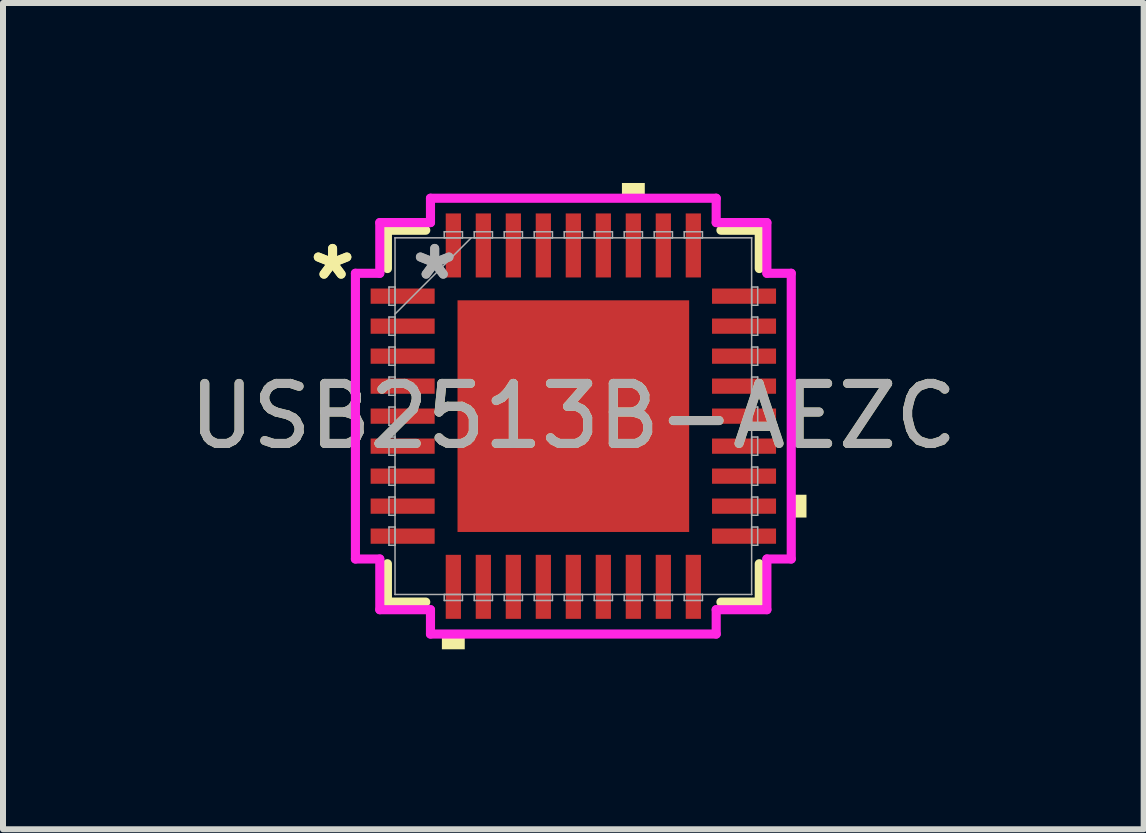
<source format=kicad_pcb>
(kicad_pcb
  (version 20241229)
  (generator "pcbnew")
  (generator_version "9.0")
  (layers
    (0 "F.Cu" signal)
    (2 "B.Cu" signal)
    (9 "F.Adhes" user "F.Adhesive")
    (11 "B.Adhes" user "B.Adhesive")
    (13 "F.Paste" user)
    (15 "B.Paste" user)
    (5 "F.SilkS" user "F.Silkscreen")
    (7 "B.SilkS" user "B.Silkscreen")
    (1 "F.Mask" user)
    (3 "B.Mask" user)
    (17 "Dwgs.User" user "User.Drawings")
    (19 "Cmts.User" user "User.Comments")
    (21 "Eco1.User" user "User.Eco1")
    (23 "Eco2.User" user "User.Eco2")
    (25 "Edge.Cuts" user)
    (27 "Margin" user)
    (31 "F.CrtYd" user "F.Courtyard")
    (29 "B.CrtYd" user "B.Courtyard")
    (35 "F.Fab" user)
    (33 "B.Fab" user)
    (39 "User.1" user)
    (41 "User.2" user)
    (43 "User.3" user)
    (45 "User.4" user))
  (footprint "USB2513B-AEZC"
    (layer "F.Cu")
    (at 6.506 3.886)
    (property "Reference" "USB2513B-AEZC" (at 0 0 0) (unlocked yes) (layer "F.SilkS") (effects (font (size 1 1) (thickness 0.15))))
    (attr smd)
    (fp_line (start -3.099 -3.099) (end -3.099 -2.46) (stroke (width 0.152) (type solid)) (layer "F.SilkS"))
    (fp_line (start -3.099 2.46) (end -3.099 3.099) (stroke (width 0.152) (type solid)) (layer "F.SilkS"))
    (fp_line (start -3.099 3.099) (end -2.46 3.099) (stroke (width 0.152) (type solid)) (layer "F.SilkS"))
    (fp_line (start -2.46 -3.099) (end -3.099 -3.099) (stroke (width 0.152) (type solid)) (layer "F.SilkS"))
    (fp_line (start 2.46 3.099) (end 3.099 3.099) (stroke (width 0.152) (type solid)) (layer "F.SilkS"))
    (fp_line (start 3.099 -3.099) (end 2.46 -3.099) (stroke (width 0.152) (type solid)) (layer "F.SilkS"))
    (fp_line (start 3.099 -2.46) (end 3.099 -3.099) (stroke (width 0.152) (type solid)) (layer "F.SilkS"))
    (fp_line (start 3.099 3.099) (end 3.099 2.46) (stroke (width 0.152) (type solid)) (layer "F.SilkS"))
    (fp_poly (pts (xy -2.191 3.632) (xy -2.191 3.886) (xy -1.81 3.886) (xy -1.81 3.632)) (stroke (width 0) (type solid)) (fill yes) (layer "F.SilkS"))
    (fp_poly (pts (xy 0.81 -3.632) (xy 0.81 -3.886) (xy 1.191 -3.886) (xy 1.191 -3.632)) (stroke (width 0) (type solid)) (fill yes) (layer "F.SilkS"))
    (fp_poly (pts (xy 3.886 1.31) (xy 3.886 1.69) (xy 3.632 1.69) (xy 3.632 1.31)) (stroke (width 0) (type solid)) (fill yes) (layer "F.SilkS"))
    (fp_poly (pts (xy -1.83 -1.83) (xy -1.83 -0.743) (xy -0.743 -0.743) (xy -0.743 -1.83)) (stroke (width 0) (type solid)) (fill yes) (layer "F.Paste"))
    (fp_poly (pts (xy -1.83 -0.543) (xy -1.83 0.543) (xy -0.743 0.543) (xy -0.743 -0.543)) (stroke (width 0) (type solid)) (fill yes) (layer "F.Paste"))
    (fp_poly (pts (xy -1.83 0.743) (xy -1.83 1.83) (xy -0.743 1.83) (xy -0.743 0.743)) (stroke (width 0) (type solid)) (fill yes) (layer "F.Paste"))
    (fp_poly (pts (xy -0.543 -1.83) (xy -0.543 -0.743) (xy 0.543 -0.743) (xy 0.543 -1.83)) (stroke (width 0) (type solid)) (fill yes) (layer "F.Paste"))
    (fp_poly (pts (xy -0.543 -0.543) (xy -0.543 0.543) (xy 0.543 0.543) (xy 0.543 -0.543)) (stroke (width 0) (type solid)) (fill yes) (layer "F.Paste"))
    (fp_poly (pts (xy -0.543 0.743) (xy -0.543 1.83) (xy 0.543 1.83) (xy 0.543 0.743)) (stroke (width 0) (type solid)) (fill yes) (layer "F.Paste"))
    (fp_poly (pts (xy 0.743 -1.83) (xy 0.743 -0.743) (xy 1.83 -0.743) (xy 1.83 -1.83)) (stroke (width 0) (type solid)) (fill yes) (layer "F.Paste"))
    (fp_poly (pts (xy 0.743 -0.543) (xy 0.743 0.543) (xy 1.83 0.543) (xy 1.83 -0.543)) (stroke (width 0) (type solid)) (fill yes) (layer "F.Paste"))
    (fp_poly (pts (xy 0.743 0.743) (xy 0.743 1.83) (xy 1.83 1.83) (xy 1.83 0.743)) (stroke (width 0) (type solid)) (fill yes) (layer "F.Paste"))
    (fp_line (start -3.632 -2.381) (end -3.226 -2.381) (stroke (width 0.152) (type solid)) (layer "F.CrtYd"))
    (fp_line (start -3.632 2.381) (end -3.632 -2.381) (stroke (width 0.152) (type solid)) (layer "F.CrtYd"))
    (fp_line (start -3.226 -3.226) (end -2.381 -3.226) (stroke (width 0.152) (type solid)) (layer "F.CrtYd"))
    (fp_line (start -3.226 -2.381) (end -3.226 -3.226) (stroke (width 0.152) (type solid)) (layer "F.CrtYd"))
    (fp_line (start -3.226 2.381) (end -3.632 2.381) (stroke (width 0.152) (type solid)) (layer "F.CrtYd"))
    (fp_line (start -3.226 3.226) (end -3.226 2.381) (stroke (width 0.152) (type solid)) (layer "F.CrtYd"))
    (fp_line (start -2.381 -3.632) (end 2.381 -3.632) (stroke (width 0.152) (type solid)) (layer "F.CrtYd"))
    (fp_line (start -2.381 -3.226) (end -2.381 -3.632) (stroke (width 0.152) (type solid)) (layer "F.CrtYd"))
    (fp_line (start -2.381 3.226) (end -3.226 3.226) (stroke (width 0.152) (type solid)) (layer "F.CrtYd"))
    (fp_line (start -2.381 3.632) (end -2.381 3.226) (stroke (width 0.152) (type solid)) (layer "F.CrtYd"))
    (fp_line (start 2.381 -3.632) (end 2.381 -3.226) (stroke (width 0.152) (type solid)) (layer "F.CrtYd"))
    (fp_line (start 2.381 -3.226) (end 3.226 -3.226) (stroke (width 0.152) (type solid)) (layer "F.CrtYd"))
    (fp_line (start 2.381 3.226) (end 2.381 3.632) (stroke (width 0.152) (type solid)) (layer "F.CrtYd"))
    (fp_line (start 2.381 3.632) (end -2.381 3.632) (stroke (width 0.152) (type solid)) (layer "F.CrtYd"))
    (fp_line (start 3.226 -3.226) (end 3.226 -2.381) (stroke (width 0.152) (type solid)) (layer "F.CrtYd"))
    (fp_line (start 3.226 -2.381) (end 3.632 -2.381) (stroke (width 0.152) (type solid)) (layer "F.CrtYd"))
    (fp_line (start 3.226 2.381) (end 3.226 3.226) (stroke (width 0.152) (type solid)) (layer "F.CrtYd"))
    (fp_line (start 3.226 3.226) (end 2.381 3.226) (stroke (width 0.152) (type solid)) (layer "F.CrtYd"))
    (fp_line (start 3.632 -2.381) (end 3.632 2.381) (stroke (width 0.152) (type solid)) (layer "F.CrtYd"))
    (fp_line (start 3.632 2.381) (end 3.226 2.381) (stroke (width 0.152) (type solid)) (layer "F.CrtYd"))
    (fp_line (start -3.073 -2.152) (end -3.073 -1.848) (stroke (width 0.025) (type solid)) (layer "F.Fab"))
    (fp_line (start -3.073 -1.848) (end -2.972 -1.848) (stroke (width 0.025) (type solid)) (layer "F.Fab"))
    (fp_line (start -3.073 -1.652) (end -3.073 -1.348) (stroke (width 0.025) (type solid)) (layer "F.Fab"))
    (fp_line (start -3.073 -1.348) (end -2.972 -1.348) (stroke (width 0.025) (type solid)) (layer "F.Fab"))
    (fp_line (start -3.073 -1.152) (end -3.073 -0.848) (stroke (width 0.025) (type solid)) (layer "F.Fab"))
    (fp_line (start -3.073 -0.848) (end -2.972 -0.848) (stroke (width 0.025) (type solid)) (layer "F.Fab"))
    (fp_line (start -3.073 -0.652) (end -3.073 -0.348) (stroke (width 0.025) (type solid)) (layer "F.Fab"))
    (fp_line (start -3.073 -0.348) (end -2.972 -0.348) (stroke (width 0.025) (type solid)) (layer "F.Fab"))
    (fp_line (start -3.073 -0.152) (end -3.073 0.152) (stroke (width 0.025) (type solid)) (layer "F.Fab"))
    (fp_line (start -3.073 0.152) (end -2.972 0.152) (stroke (width 0.025) (type solid)) (layer "F.Fab"))
    (fp_line (start -3.073 0.348) (end -3.073 0.652) (stroke (width 0.025) (type solid)) (layer "F.Fab"))
    (fp_line (start -3.073 0.652) (end -2.972 0.652) (stroke (width 0.025) (type solid)) (layer "F.Fab"))
    (fp_line (start -3.073 0.848) (end -3.073 1.152) (stroke (width 0.025) (type solid)) (layer "F.Fab"))
    (fp_line (start -3.073 1.152) (end -2.972 1.152) (stroke (width 0.025) (type solid)) (layer "F.Fab"))
    (fp_line (start -3.073 1.348) (end -3.073 1.652) (stroke (width 0.025) (type solid)) (layer "F.Fab"))
    (fp_line (start -3.073 1.652) (end -2.972 1.652) (stroke (width 0.025) (type solid)) (layer "F.Fab"))
    (fp_line (start -3.073 1.848) (end -3.073 2.152) (stroke (width 0.025) (type solid)) (layer "F.Fab"))
    (fp_line (start -3.073 2.152) (end -2.972 2.152) (stroke (width 0.025) (type solid)) (layer "F.Fab"))
    (fp_line (start -2.972 -2.972) (end -2.972 -2.972) (stroke (width 0.025) (type solid)) (layer "F.Fab"))
    (fp_line (start -2.972 -2.972) (end -2.972 2.972) (stroke (width 0.025) (type solid)) (layer "F.Fab"))
    (fp_line (start -2.972 -2.152) (end -3.073 -2.152) (stroke (width 0.025) (type solid)) (layer "F.Fab"))
    (fp_line (start -2.972 -1.848) (end -2.972 -2.152) (stroke (width 0.025) (type solid)) (layer "F.Fab"))
    (fp_line (start -2.972 -1.702) (end -1.702 -2.972) (stroke (width 0.025) (type solid)) (layer "F.Fab"))
    (fp_line (start -2.972 -1.652) (end -3.073 -1.652) (stroke (width 0.025) (type solid)) (layer "F.Fab"))
    (fp_line (start -2.972 -1.348) (end -2.972 -1.652) (stroke (width 0.025) (type solid)) (layer "F.Fab"))
    (fp_line (start -2.972 -1.152) (end -3.073 -1.152) (stroke (width 0.025) (type solid)) (layer "F.Fab"))
    (fp_line (start -2.972 -0.848) (end -2.972 -1.152) (stroke (width 0.025) (type solid)) (layer "F.Fab"))
    (fp_line (start -2.972 -0.652) (end -3.073 -0.652) (stroke (width 0.025) (type solid)) (layer "F.Fab"))
    (fp_line (start -2.972 -0.348) (end -2.972 -0.652) (stroke (width 0.025) (type solid)) (layer "F.Fab"))
    (fp_line (start -2.972 -0.152) (end -3.073 -0.152) (stroke (width 0.025) (type solid)) (layer "F.Fab"))
    (fp_line (start -2.972 0.152) (end -2.972 -0.152) (stroke (width 0.025) (type solid)) (layer "F.Fab"))
    (fp_line (start -2.972 0.348) (end -3.073 0.348) (stroke (width 0.025) (type solid)) (layer "F.Fab"))
    (fp_line (start -2.972 0.652) (end -2.972 0.348) (stroke (width 0.025) (type solid)) (layer "F.Fab"))
    (fp_line (start -2.972 0.848) (end -3.073 0.848) (stroke (width 0.025) (type solid)) (layer "F.Fab"))
    (fp_line (start -2.972 1.152) (end -2.972 0.848) (stroke (width 0.025) (type solid)) (layer "F.Fab"))
    (fp_line (start -2.972 1.348) (end -3.073 1.348) (stroke (width 0.025) (type solid)) (layer "F.Fab"))
    (fp_line (start -2.972 1.652) (end -2.972 1.348) (stroke (width 0.025) (type solid)) (layer "F.Fab"))
    (fp_line (start -2.972 1.848) (end -3.073 1.848) (stroke (width 0.025) (type solid)) (layer "F.Fab"))
    (fp_line (start -2.972 2.152) (end -2.972 1.848) (stroke (width 0.025) (type solid)) (layer "F.Fab"))
    (fp_line (start -2.972 2.972) (end -2.972 2.972) (stroke (width 0.025) (type solid)) (layer "F.Fab"))
    (fp_line (start -2.972 2.972) (end 2.972 2.972) (stroke (width 0.025) (type solid)) (layer "F.Fab"))
    (fp_line (start -2.152 -3.073) (end -2.152 -2.972) (stroke (width 0.025) (type solid)) (layer "F.Fab"))
    (fp_line (start -2.152 -2.972) (end -1.848 -2.972) (stroke (width 0.025) (type solid)) (layer "F.Fab"))
    (fp_line (start -2.152 2.972) (end -2.152 3.073) (stroke (width 0.025) (type solid)) (layer "F.Fab"))
    (fp_line (start -2.152 3.073) (end -1.848 3.073) (stroke (width 0.025) (type solid)) (layer "F.Fab"))
    (fp_line (start -1.848 -3.073) (end -2.152 -3.073) (stroke (width 0.025) (type solid)) (layer "F.Fab"))
    (fp_line (start -1.848 -2.972) (end -1.848 -3.073) (stroke (width 0.025) (type solid)) (layer "F.Fab"))
    (fp_line (start -1.848 2.972) (end -2.152 2.972) (stroke (width 0.025) (type solid)) (layer "F.Fab"))
    (fp_line (start -1.848 3.073) (end -1.848 2.972) (stroke (width 0.025) (type solid)) (layer "F.Fab"))
    (fp_line (start -1.652 -3.073) (end -1.652 -2.972) (stroke (width 0.025) (type solid)) (layer "F.Fab"))
    (fp_line (start -1.652 -2.972) (end -1.348 -2.972) (stroke (width 0.025) (type solid)) (layer "F.Fab"))
    (fp_line (start -1.652 2.972) (end -1.652 3.073) (stroke (width 0.025) (type solid)) (layer "F.Fab"))
    (fp_line (start -1.652 3.073) (end -1.348 3.073) (stroke (width 0.025) (type solid)) (layer "F.Fab"))
    (fp_line (start -1.348 -3.073) (end -1.652 -3.073) (stroke (width 0.025) (type solid)) (layer "F.Fab"))
    (fp_line (start -1.348 -2.972) (end -1.348 -3.073) (stroke (width 0.025) (type solid)) (layer "F.Fab"))
    (fp_line (start -1.348 2.972) (end -1.652 2.972) (stroke (width 0.025) (type solid)) (layer "F.Fab"))
    (fp_line (start -1.348 3.073) (end -1.348 2.972) (stroke (width 0.025) (type solid)) (layer "F.Fab"))
    (fp_line (start -1.152 -3.073) (end -1.152 -2.972) (stroke (width 0.025) (type solid)) (layer "F.Fab"))
    (fp_line (start -1.152 -2.972) (end -0.848 -2.972) (stroke (width 0.025) (type solid)) (layer "F.Fab"))
    (fp_line (start -1.152 2.972) (end -1.152 3.073) (stroke (width 0.025) (type solid)) (layer "F.Fab"))
    (fp_line (start -1.152 3.073) (end -0.848 3.073) (stroke (width 0.025) (type solid)) (layer "F.Fab"))
    (fp_line (start -0.848 -3.073) (end -1.152 -3.073) (stroke (width 0.025) (type solid)) (layer "F.Fab"))
    (fp_line (start -0.848 -2.972) (end -0.848 -3.073) (stroke (width 0.025) (type solid)) (layer "F.Fab"))
    (fp_line (start -0.848 2.972) (end -1.152 2.972) (stroke (width 0.025) (type solid)) (layer "F.Fab"))
    (fp_line (start -0.848 3.073) (end -0.848 2.972) (stroke (width 0.025) (type solid)) (layer "F.Fab"))
    (fp_line (start -0.652 -3.073) (end -0.652 -2.972) (stroke (width 0.025) (type solid)) (layer "F.Fab"))
    (fp_line (start -0.652 -2.972) (end -0.348 -2.972) (stroke (width 0.025) (type solid)) (layer "F.Fab"))
    (fp_line (start -0.652 2.972) (end -0.652 3.073) (stroke (width 0.025) (type solid)) (layer "F.Fab"))
    (fp_line (start -0.652 3.073) (end -0.348 3.073) (stroke (width 0.025) (type solid)) (layer "F.Fab"))
    (fp_line (start -0.348 -3.073) (end -0.652 -3.073) (stroke (width 0.025) (type solid)) (layer "F.Fab"))
    (fp_line (start -0.348 -2.972) (end -0.348 -3.073) (stroke (width 0.025) (type solid)) (layer "F.Fab"))
    (fp_line (start -0.348 2.972) (end -0.652 2.972) (stroke (width 0.025) (type solid)) (layer "F.Fab"))
    (fp_line (start -0.348 3.073) (end -0.348 2.972) (stroke (width 0.025) (type solid)) (layer "F.Fab"))
    (fp_line (start -0.152 -3.073) (end -0.152 -2.972) (stroke (width 0.025) (type solid)) (layer "F.Fab"))
    (fp_line (start -0.152 -2.972) (end 0.152 -2.972) (stroke (width 0.025) (type solid)) (layer "F.Fab"))
    (fp_line (start -0.152 2.972) (end -0.152 3.073) (stroke (width 0.025) (type solid)) (layer "F.Fab"))
    (fp_line (start -0.152 3.073) (end 0.152 3.073) (stroke (width 0.025) (type solid)) (layer "F.Fab"))
    (fp_line (start 0.152 -3.073) (end -0.152 -3.073) (stroke (width 0.025) (type solid)) (layer "F.Fab"))
    (fp_line (start 0.152 -2.972) (end 0.152 -3.073) (stroke (width 0.025) (type solid)) (layer "F.Fab"))
    (fp_line (start 0.152 2.972) (end -0.152 2.972) (stroke (width 0.025) (type solid)) (layer "F.Fab"))
    (fp_line (start 0.152 3.073) (end 0.152 2.972) (stroke (width 0.025) (type solid)) (layer "F.Fab"))
    (fp_line (start 0.348 -3.073) (end 0.348 -2.972) (stroke (width 0.025) (type solid)) (layer "F.Fab"))
    (fp_line (start 0.348 -2.972) (end 0.652 -2.972) (stroke (width 0.025) (type solid)) (layer "F.Fab"))
    (fp_line (start 0.348 2.972) (end 0.348 3.073) (stroke (width 0.025) (type solid)) (layer "F.Fab"))
    (fp_line (start 0.348 3.073) (end 0.652 3.073) (stroke (width 0.025) (type solid)) (layer "F.Fab"))
    (fp_line (start 0.652 -3.073) (end 0.348 -3.073) (stroke (width 0.025) (type solid)) (layer "F.Fab"))
    (fp_line (start 0.652 -2.972) (end 0.652 -3.073) (stroke (width 0.025) (type solid)) (layer "F.Fab"))
    (fp_line (start 0.652 2.972) (end 0.348 2.972) (stroke (width 0.025) (type solid)) (layer "F.Fab"))
    (fp_line (start 0.652 3.073) (end 0.652 2.972) (stroke (width 0.025) (type solid)) (layer "F.Fab"))
    (fp_line (start 0.848 -3.073) (end 0.848 -2.972) (stroke (width 0.025) (type solid)) (layer "F.Fab"))
    (fp_line (start 0.848 -2.972) (end 1.152 -2.972) (stroke (width 0.025) (type solid)) (layer "F.Fab"))
    (fp_line (start 0.848 2.972) (end 0.848 3.073) (stroke (width 0.025) (type solid)) (layer "F.Fab"))
    (fp_line (start 0.848 3.073) (end 1.152 3.073) (stroke (width 0.025) (type solid)) (layer "F.Fab"))
    (fp_line (start 1.152 -3.073) (end 0.848 -3.073) (stroke (width 0.025) (type solid)) (layer "F.Fab"))
    (fp_line (start 1.152 -2.972) (end 1.152 -3.073) (stroke (width 0.025) (type solid)) (layer "F.Fab"))
    (fp_line (start 1.152 2.972) (end 0.848 2.972) (stroke (width 0.025) (type solid)) (layer "F.Fab"))
    (fp_line (start 1.152 3.073) (end 1.152 2.972) (stroke (width 0.025) (type solid)) (layer "F.Fab"))
    (fp_line (start 1.348 -3.073) (end 1.348 -2.972) (stroke (width 0.025) (type solid)) (layer "F.Fab"))
    (fp_line (start 1.348 -2.972) (end 1.652 -2.972) (stroke (width 0.025) (type solid)) (layer "F.Fab"))
    (fp_line (start 1.348 2.972) (end 1.348 3.073) (stroke (width 0.025) (type solid)) (layer "F.Fab"))
    (fp_line (start 1.348 3.073) (end 1.652 3.073) (stroke (width 0.025) (type solid)) (layer "F.Fab"))
    (fp_line (start 1.652 -3.073) (end 1.348 -3.073) (stroke (width 0.025) (type solid)) (layer "F.Fab"))
    (fp_line (start 1.652 -2.972) (end 1.652 -3.073) (stroke (width 0.025) (type solid)) (layer "F.Fab"))
    (fp_line (start 1.652 2.972) (end 1.348 2.972) (stroke (width 0.025) (type solid)) (layer "F.Fab"))
    (fp_line (start 1.652 3.073) (end 1.652 2.972) (stroke (width 0.025) (type solid)) (layer "F.Fab"))
    (fp_line (start 1.848 -3.073) (end 1.848 -2.972) (stroke (width 0.025) (type solid)) (layer "F.Fab"))
    (fp_line (start 1.848 -2.972) (end 2.152 -2.972) (stroke (width 0.025) (type solid)) (layer "F.Fab"))
    (fp_line (start 1.848 2.972) (end 1.848 3.073) (stroke (width 0.025) (type solid)) (layer "F.Fab"))
    (fp_line (start 1.848 3.073) (end 2.152 3.073) (stroke (width 0.025) (type solid)) (layer "F.Fab"))
    (fp_line (start 2.152 -3.073) (end 1.848 -3.073) (stroke (width 0.025) (type solid)) (layer "F.Fab"))
    (fp_line (start 2.152 -2.972) (end 2.152 -3.073) (stroke (width 0.025) (type solid)) (layer "F.Fab"))
    (fp_line (start 2.152 2.972) (end 1.848 2.972) (stroke (width 0.025) (type solid)) (layer "F.Fab"))
    (fp_line (start 2.152 3.073) (end 2.152 2.972) (stroke (width 0.025) (type solid)) (layer "F.Fab"))
    (fp_line (start 2.972 -2.972) (end -2.972 -2.972) (stroke (width 0.025) (type solid)) (layer "F.Fab"))
    (fp_line (start 2.972 -2.972) (end 2.972 -2.972) (stroke (width 0.025) (type solid)) (layer "F.Fab"))
    (fp_line (start 2.972 -2.152) (end 2.972 -1.848) (stroke (width 0.025) (type solid)) (layer "F.Fab"))
    (fp_line (start 2.972 -1.848) (end 3.073 -1.848) (stroke (width 0.025) (type solid)) (layer "F.Fab"))
    (fp_line (start 2.972 -1.652) (end 2.972 -1.348) (stroke (width 0.025) (type solid)) (layer "F.Fab"))
    (fp_line (start 2.972 -1.348) (end 3.073 -1.348) (stroke (width 0.025) (type solid)) (layer "F.Fab"))
    (fp_line (start 2.972 -1.152) (end 2.972 -0.848) (stroke (width 0.025) (type solid)) (layer "F.Fab"))
    (fp_line (start 2.972 -0.848) (end 3.073 -0.848) (stroke (width 0.025) (type solid)) (layer "F.Fab"))
    (fp_line (start 2.972 -0.652) (end 2.972 -0.348) (stroke (width 0.025) (type solid)) (layer "F.Fab"))
    (fp_line (start 2.972 -0.348) (end 3.073 -0.348) (stroke (width 0.025) (type solid)) (layer "F.Fab"))
    (fp_line (start 2.972 -0.152) (end 2.972 0.152) (stroke (width 0.025) (type solid)) (layer "F.Fab"))
    (fp_line (start 2.972 0.152) (end 3.073 0.152) (stroke (width 0.025) (type solid)) (layer "F.Fab"))
    (fp_line (start 2.972 0.348) (end 2.972 0.652) (stroke (width 0.025) (type solid)) (layer "F.Fab"))
    (fp_line (start 2.972 0.652) (end 3.073 0.652) (stroke (width 0.025) (type solid)) (layer "F.Fab"))
    (fp_line (start 2.972 0.848) (end 2.972 1.152) (stroke (width 0.025) (type solid)) (layer "F.Fab"))
    (fp_line (start 2.972 1.152) (end 3.073 1.152) (stroke (width 0.025) (type solid)) (layer "F.Fab"))
    (fp_line (start 2.972 1.348) (end 2.972 1.652) (stroke (width 0.025) (type solid)) (layer "F.Fab"))
    (fp_line (start 2.972 1.652) (end 3.073 1.652) (stroke (width 0.025) (type solid)) (layer "F.Fab"))
    (fp_line (start 2.972 1.848) (end 2.972 2.152) (stroke (width 0.025) (type solid)) (layer "F.Fab"))
    (fp_line (start 2.972 2.152) (end 3.073 2.152) (stroke (width 0.025) (type solid)) (layer "F.Fab"))
    (fp_line (start 2.972 2.972) (end 2.972 -2.972) (stroke (width 0.025) (type solid)) (layer "F.Fab"))
    (fp_line (start 2.972 2.972) (end 2.972 2.972) (stroke (width 0.025) (type solid)) (layer "F.Fab"))
    (fp_line (start 3.073 -2.152) (end 2.972 -2.152) (stroke (width 0.025) (type solid)) (layer "F.Fab"))
    (fp_line (start 3.073 -1.848) (end 3.073 -2.152) (stroke (width 0.025) (type solid)) (layer "F.Fab"))
    (fp_line (start 3.073 -1.652) (end 2.972 -1.652) (stroke (width 0.025) (type solid)) (layer "F.Fab"))
    (fp_line (start 3.073 -1.348) (end 3.073 -1.652) (stroke (width 0.025) (type solid)) (layer "F.Fab"))
    (fp_line (start 3.073 -1.152) (end 2.972 -1.152) (stroke (width 0.025) (type solid)) (layer "F.Fab"))
    (fp_line (start 3.073 -0.848) (end 3.073 -1.152) (stroke (width 0.025) (type solid)) (layer "F.Fab"))
    (fp_line (start 3.073 -0.652) (end 2.972 -0.652) (stroke (width 0.025) (type solid)) (layer "F.Fab"))
    (fp_line (start 3.073 -0.348) (end 3.073 -0.652) (stroke (width 0.025) (type solid)) (layer "F.Fab"))
    (fp_line (start 3.073 -0.152) (end 2.972 -0.152) (stroke (width 0.025) (type solid)) (layer "F.Fab"))
    (fp_line (start 3.073 0.152) (end 3.073 -0.152) (stroke (width 0.025) (type solid)) (layer "F.Fab"))
    (fp_line (start 3.073 0.348) (end 2.972 0.348) (stroke (width 0.025) (type solid)) (layer "F.Fab"))
    (fp_line (start 3.073 0.652) (end 3.073 0.348) (stroke (width 0.025) (type solid)) (layer "F.Fab"))
    (fp_line (start 3.073 0.848) (end 2.972 0.848) (stroke (width 0.025) (type solid)) (layer "F.Fab"))
    (fp_line (start 3.073 1.152) (end 3.073 0.848) (stroke (width 0.025) (type solid)) (layer "F.Fab"))
    (fp_line (start 3.073 1.348) (end 2.972 1.348) (stroke (width 0.025) (type solid)) (layer "F.Fab"))
    (fp_line (start 3.073 1.652) (end 3.073 1.348) (stroke (width 0.025) (type solid)) (layer "F.Fab"))
    (fp_line (start 3.073 1.848) (end 2.972 1.848) (stroke (width 0.025) (type solid)) (layer "F.Fab"))
    (fp_line (start 3.073 2.152) (end 3.073 1.848) (stroke (width 0.025) (type solid)) (layer "F.Fab"))
    (fp_text user "*" (at -4.013 -2.25 0) (unlocked yes) (layer "F.SilkS") (effects (font (size 1 1) (thickness 0.15))))
    (fp_text user "*" (at -4.013 -2.25 0) (layer "F.SilkS") (effects (font (size 1 1) (thickness 0.15))))
    (fp_text user "${REFERENCE}" (at 0 0 0) (unlocked yes) (layer "Eco1.User") (effects (font (size 1 1) (thickness 0.15))))
    (fp_text user "*" (at -2.311 -2.25 0) (layer "F.Fab") (effects (font (size 1 1) (thickness 0.15))))
    (fp_text user "*" (at -2.311 -2.25 0) (unlocked yes) (layer "F.Fab") (effects (font (size 1 1) (thickness 0.15))))
    (fp_text user "${REFERENCE}" (at 0 0 0) (unlocked yes) (layer "F.Fab") (effects (font (size 1 1) (thickness 0.15))))
    (pad "1" smd rect (at -2.845 -2 90) (size 0.254 1.067) (layers "F.Cu" "F.Mask" "F.Paste"))
    (pad "2" smd rect (at -2.845 -1.5 90) (size 0.254 1.067) (layers "F.Cu" "F.Mask" "F.Paste"))
    (pad "3" smd rect (at -2.845 -1 90) (size 0.254 1.067) (layers "F.Cu" "F.Mask" "F.Paste"))
    (pad "4" smd rect (at -2.845 -0.5 90) (size 0.254 1.067) (layers "F.Cu" "F.Mask" "F.Paste"))
    (pad "5" smd rect (at -2.845 0 90) (size 0.254 1.067) (layers "F.Cu" "F.Mask" "F.Paste"))
    (pad "6" smd rect (at -2.845 0.5 90) (size 0.254 1.067) (layers "F.Cu" "F.Mask" "F.Paste"))
    (pad "7" smd rect (at -2.845 1 90) (size 0.254 1.067) (layers "F.Cu" "F.Mask" "F.Paste"))
    (pad "8" smd rect (at -2.845 1.5 90) (size 0.254 1.067) (layers "F.Cu" "F.Mask" "F.Paste"))
    (pad "9" smd rect (at -2.845 2 90) (size 0.254 1.067) (layers "F.Cu" "F.Mask" "F.Paste"))
    (pad "10" smd rect (at -2 2.845) (size 0.254 1.067) (layers "F.Cu" "F.Mask" "F.Paste"))
    (pad "11" smd rect (at -1.5 2.845) (size 0.254 1.067) (layers "F.Cu" "F.Mask" "F.Paste"))
    (pad "12" smd rect (at -1 2.845) (size 0.254 1.067) (layers "F.Cu" "F.Mask" "F.Paste"))
    (pad "13" smd rect (at -0.5 2.845) (size 0.254 1.067) (layers "F.Cu" "F.Mask" "F.Paste"))
    (pad "14" smd rect (at 0 2.845) (size 0.254 1.067) (layers "F.Cu" "F.Mask" "F.Paste"))
    (pad "15" smd rect (at 0.5 2.845) (size 0.254 1.067) (layers "F.Cu" "F.Mask" "F.Paste"))
    (pad "16" smd rect (at 1 2.845) (size 0.254 1.067) (layers "F.Cu" "F.Mask" "F.Paste"))
    (pad "17" smd rect (at 1.5 2.845) (size 0.254 1.067) (layers "F.Cu" "F.Mask" "F.Paste"))
    (pad "18" smd rect (at 2 2.845) (size 0.254 1.067) (layers "F.Cu" "F.Mask" "F.Paste"))
    (pad "19" smd rect (at 2.845 2 90) (size 0.254 1.067) (layers "F.Cu" "F.Mask" "F.Paste"))
    (pad "20" smd rect (at 2.845 1.5 90) (size 0.254 1.067) (layers "F.Cu" "F.Mask" "F.Paste"))
    (pad "21" smd rect (at 2.845 1 90) (size 0.254 1.067) (layers "F.Cu" "F.Mask" "F.Paste"))
    (pad "22" smd rect (at 2.845 0.5 90) (size 0.254 1.067) (layers "F.Cu" "F.Mask" "F.Paste"))
    (pad "23" smd rect (at 2.845 0 90) (size 0.254 1.067) (layers "F.Cu" "F.Mask" "F.Paste"))
    (pad "24" smd rect (at 2.845 -0.5 90) (size 0.254 1.067) (layers "F.Cu" "F.Mask" "F.Paste"))
    (pad "25" smd rect (at 2.845 -1 90) (size 0.254 1.067) (layers "F.Cu" "F.Mask" "F.Paste"))
    (pad "26" smd rect (at 2.845 -1.5 90) (size 0.254 1.067) (layers "F.Cu" "F.Mask" "F.Paste"))
    (pad "27" smd rect (at 2.845 -2 90) (size 0.254 1.067) (layers "F.Cu" "F.Mask" "F.Paste"))
    (pad "28" smd rect (at 2 -2.845) (size 0.254 1.067) (layers "F.Cu" "F.Mask" "F.Paste"))
    (pad "29" smd rect (at 1.5 -2.845) (size 0.254 1.067) (layers "F.Cu" "F.Mask" "F.Paste"))
    (pad "30" smd rect (at 1 -2.845) (size 0.254 1.067) (layers "F.Cu" "F.Mask" "F.Paste"))
    (pad "31" smd rect (at 0.5 -2.845) (size 0.254 1.067) (layers "F.Cu" "F.Mask" "F.Paste"))
    (pad "32" smd rect (at 0 -2.845) (size 0.254 1.067) (layers "F.Cu" "F.Mask" "F.Paste"))
    (pad "33" smd rect (at -0.5 -2.845) (size 0.254 1.067) (layers "F.Cu" "F.Mask" "F.Paste"))
    (pad "34" smd rect (at -1 -2.845) (size 0.254 1.067) (layers "F.Cu" "F.Mask" "F.Paste"))
    (pad "35" smd rect (at -1.5 -2.845) (size 0.254 1.067) (layers "F.Cu" "F.Mask" "F.Paste"))
    (pad "36" smd rect (at -2 -2.845) (size 0.254 1.067) (layers "F.Cu" "F.Mask" "F.Paste"))
    (pad "37" smd rect (at 0 0) (size 3.861 3.861) (layers "F.Cu" "F.Mask")))
  (gr_rect
    (start -3 -3)
    (end 16.012 10.772)
    (stroke (width 0.1) (type default))
    (fill no)
    (layer "Edge.Cuts")))
</source>
